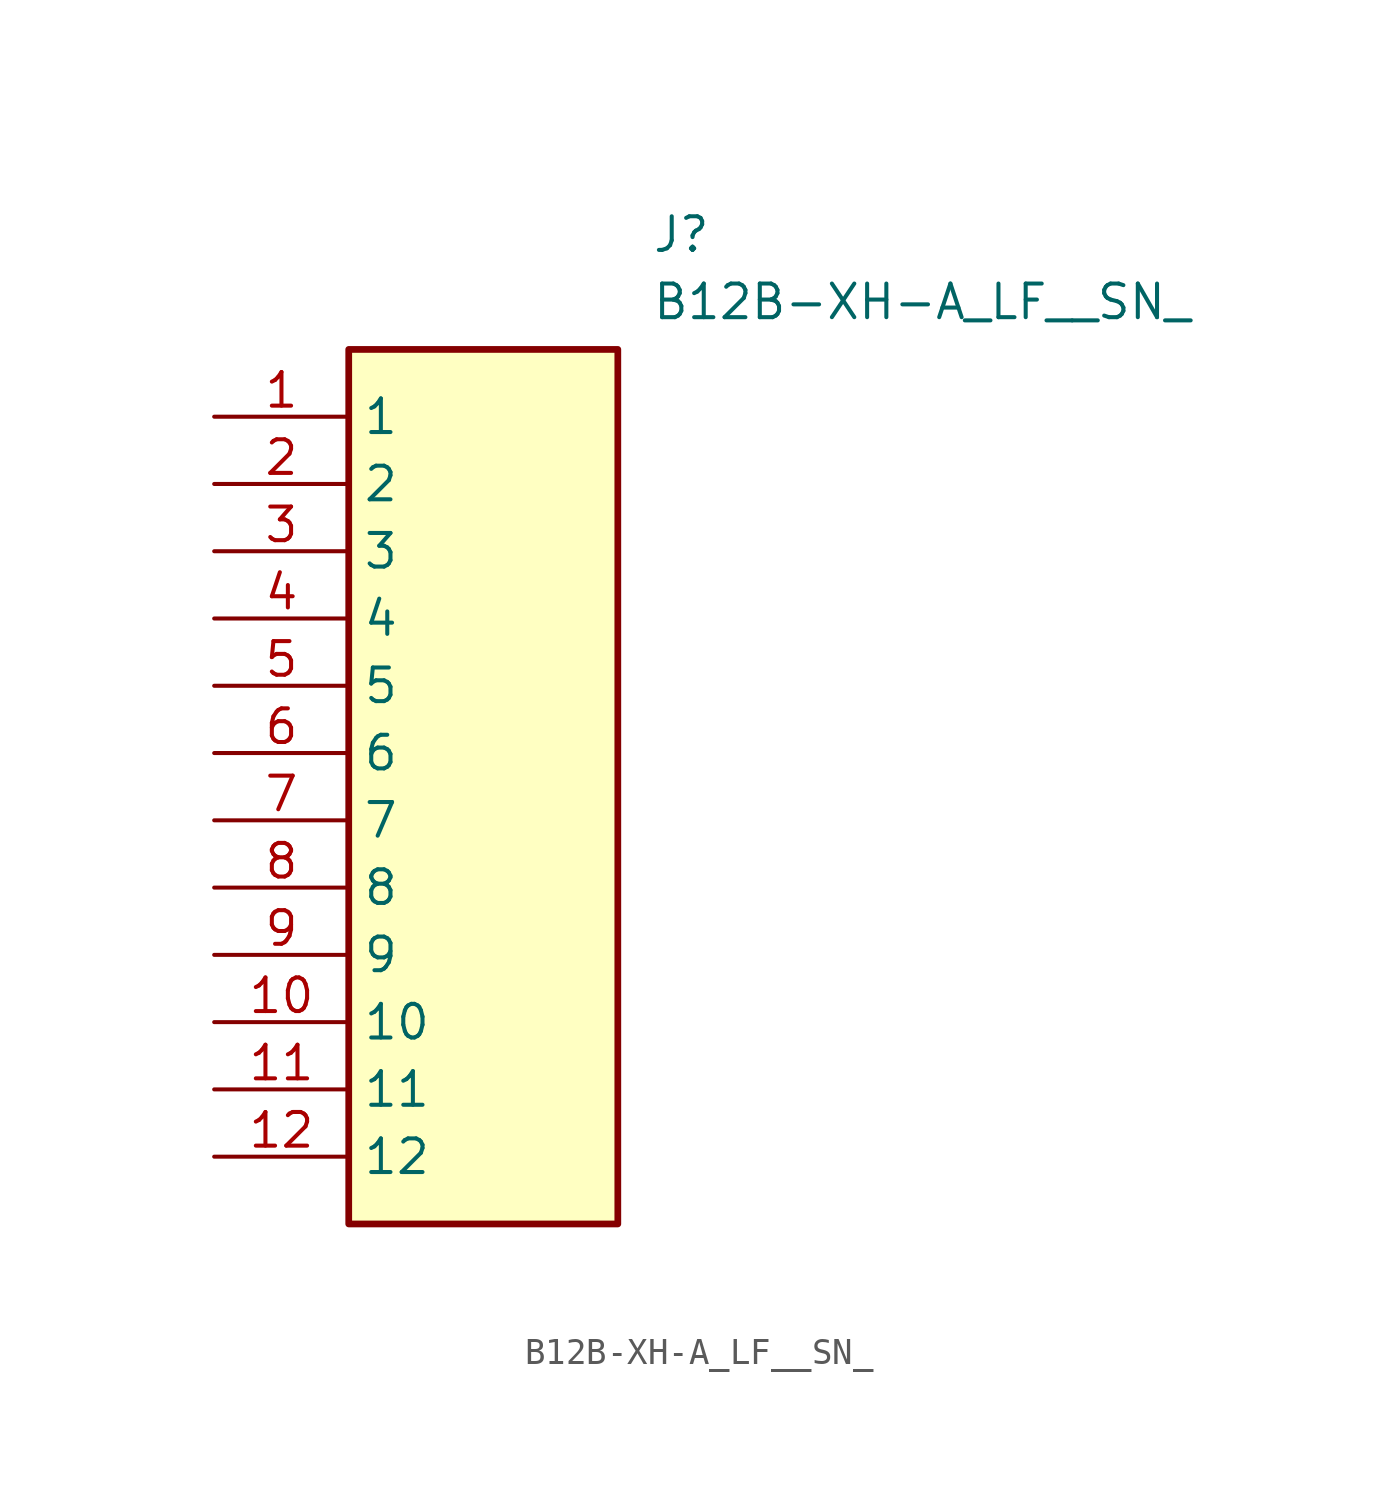
<source format=kicad_sym>
(kicad_symbol_lib
  (version 20211014)
  (generator SamacSys_ECAD_Model)
  (symbol "B12B-XH-A_LF__SN_"
    (property "Reference" "J"
      (at 16.51 7.62 0)
      (effects (font (size 1.27 1.27)) (justify left top)))
    (property "Value" "B12B-XH-A_LF__SN_"
      (at 16.51 5.08 0)
      (effects (font (size 1.27 1.27)) (justify left top)))
    (rectangle
      (start 5.08 2.54)
      (end 15.24 -30.48)
      (stroke (width 0.254) (type default))
      (fill (type background)))
    (pin passive line
      (at 0 0 0)
      (length 5.08)
      (name "1" (effects (font (size 1.27 1.27))))
      (number "1" (effects (font (size 1.27 1.27)))))
    (pin passive line
      (at 0 -2.54 0)
      (length 5.08)
      (name "2" (effects (font (size 1.27 1.27))))
      (number "2" (effects (font (size 1.27 1.27)))))
    (pin passive line
      (at 0 -5.08 0)
      (length 5.08)
      (name "3" (effects (font (size 1.27 1.27))))
      (number "3" (effects (font (size 1.27 1.27)))))
    (pin passive line
      (at 0 -7.62 0)
      (length 5.08)
      (name "4" (effects (font (size 1.27 1.27))))
      (number "4" (effects (font (size 1.27 1.27)))))
    (pin passive line
      (at 0 -10.16 0)
      (length 5.08)
      (name "5" (effects (font (size 1.27 1.27))))
      (number "5" (effects (font (size 1.27 1.27)))))
    (pin passive line
      (at 0 -12.7 0)
      (length 5.08)
      (name "6" (effects (font (size 1.27 1.27))))
      (number "6" (effects (font (size 1.27 1.27)))))
    (pin passive line
      (at 0 -15.24 0)
      (length 5.08)
      (name "7" (effects (font (size 1.27 1.27))))
      (number "7" (effects (font (size 1.27 1.27)))))
    (pin passive line
      (at 0 -17.78 0)
      (length 5.08)
      (name "8" (effects (font (size 1.27 1.27))))
      (number "8" (effects (font (size 1.27 1.27)))))
    (pin passive line
      (at 0 -20.32 0)
      (length 5.08)
      (name "9" (effects (font (size 1.27 1.27))))
      (number "9" (effects (font (size 1.27 1.27)))))
    (pin passive line
      (at 0 -22.86 0)
      (length 5.08)
      (name "10" (effects (font (size 1.27 1.27))))
      (number "10" (effects (font (size 1.27 1.27)))))
    (pin passive line
      (at 0 -25.4 0)
      (length 5.08)
      (name "11" (effects (font (size 1.27 1.27))))
      (number "11" (effects (font (size 1.27 1.27)))))
    (pin passive line
      (at 0 -27.94 0)
      (length 5.08)
      (name "12" (effects (font (size 1.27 1.27))))
      (number "12" (effects (font (size 1.27 1.27)))))))
</source>
